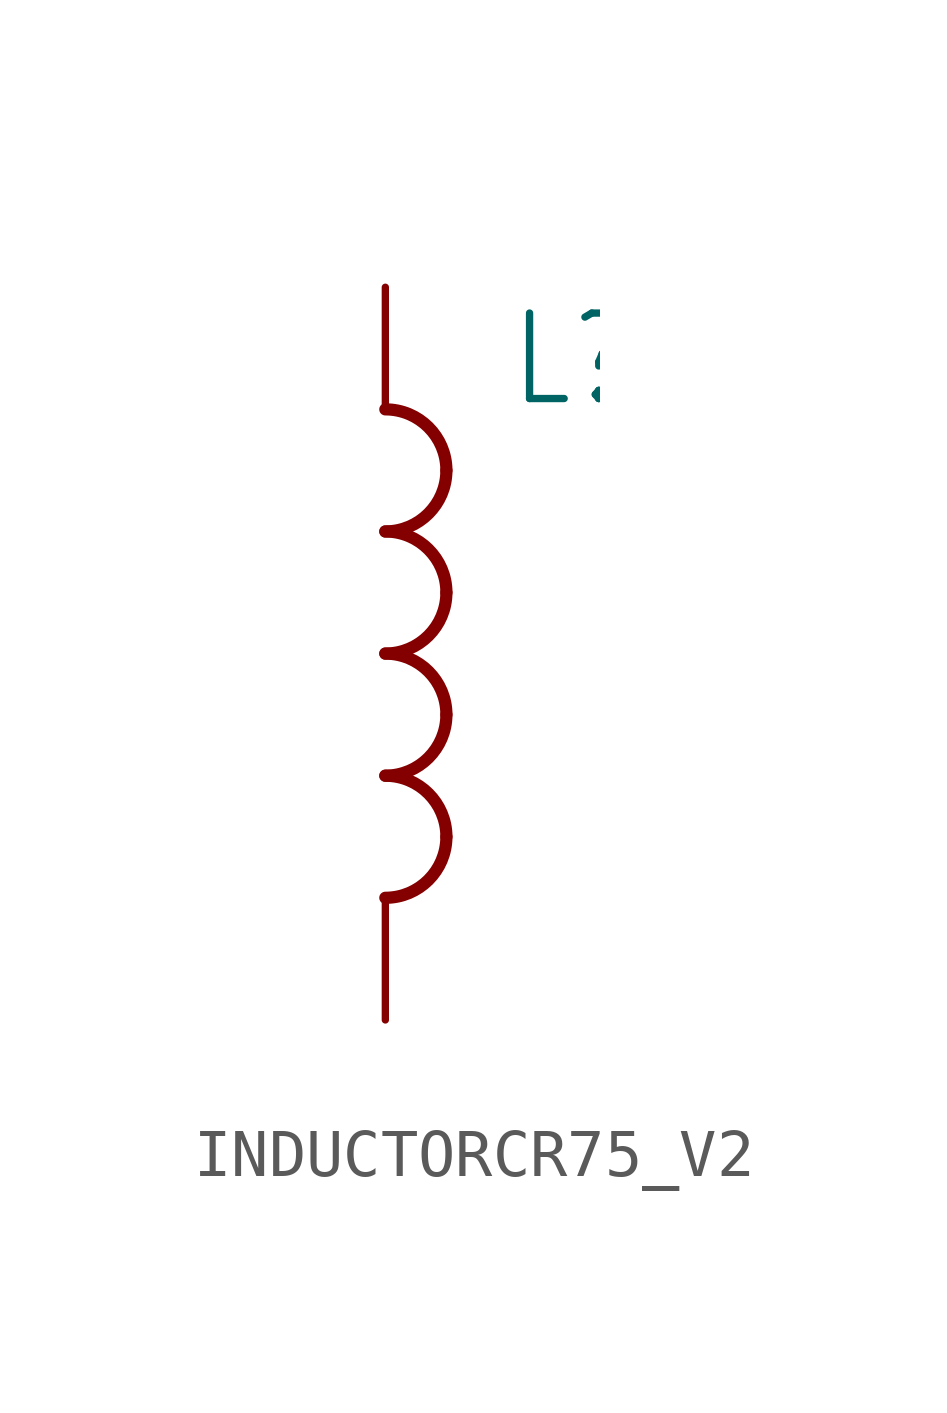
<source format=kicad_sym>
(kicad_symbol_lib
  (version 20220914)
  (generator kicad_symbol_editor)
  (symbol "INDUCTORCR75_V2"
    (property "Reference" "L"
      (at 2.54 5.08 0)
      (effects (font (size 1.778 1.511)) (justify left bottom)))
    (property "Value" ""
      (at 2.54 -5.08 0)
      (effects (font (size 1.778 1.511)) (justify left bottom)))
    (property "ki_locked" ""
      (at 0 0 0)
      (effects (font (size 1.27 1.27))))
    (symbol "INDUCTORCR75_V2_1_0"
      (arc (start 0 -5.08) (mid 0.898 -4.708) (end 1.27 -3.81) (stroke (width 0.254) (type solid)) (fill (type none)))
      (arc (start 0 -2.54) (mid 0.898 -2.168) (end 1.27 -1.27) (stroke (width 0.254) (type solid)) (fill (type none)))
      (arc (start 0 0) (mid 0.898 0.372) (end 1.27 1.27) (stroke (width 0.254) (type solid)) (fill (type none)))
      (arc (start 0 2.54) (mid 0.898 2.912) (end 1.27 3.81) (stroke (width 0.254) (type solid)) (fill (type none)))
      (arc (start 1.27 -3.81) (mid 0.898 -2.912) (end 0 -2.54) (stroke (width 0.254) (type solid)) (fill (type none)))
      (arc (start 1.27 -1.27) (mid 0.898 -0.372) (end 0 0) (stroke (width 0.254) (type solid)) (fill (type none)))
      (arc (start 1.27 1.27) (mid 0.898 2.168) (end 0 2.54) (stroke (width 0.254) (type solid)) (fill (type none)))
      (arc (start 1.27 3.81) (mid 0.898 4.708) (end 0 5.08) (stroke (width 0.254) (type solid)) (fill (type none)))
      (pin passive line (at 0 7.62 270) (length 2.54) (name "1" (effects (font (size 0 0)))) (number "P$1" (effects (font (size 0 0)))))
      (pin passive line (at 0 -7.62 90) (length 2.54) (name "2" (effects (font (size 0 0)))) (number "P$2" (effects (font (size 0 0))))))))
</source>
